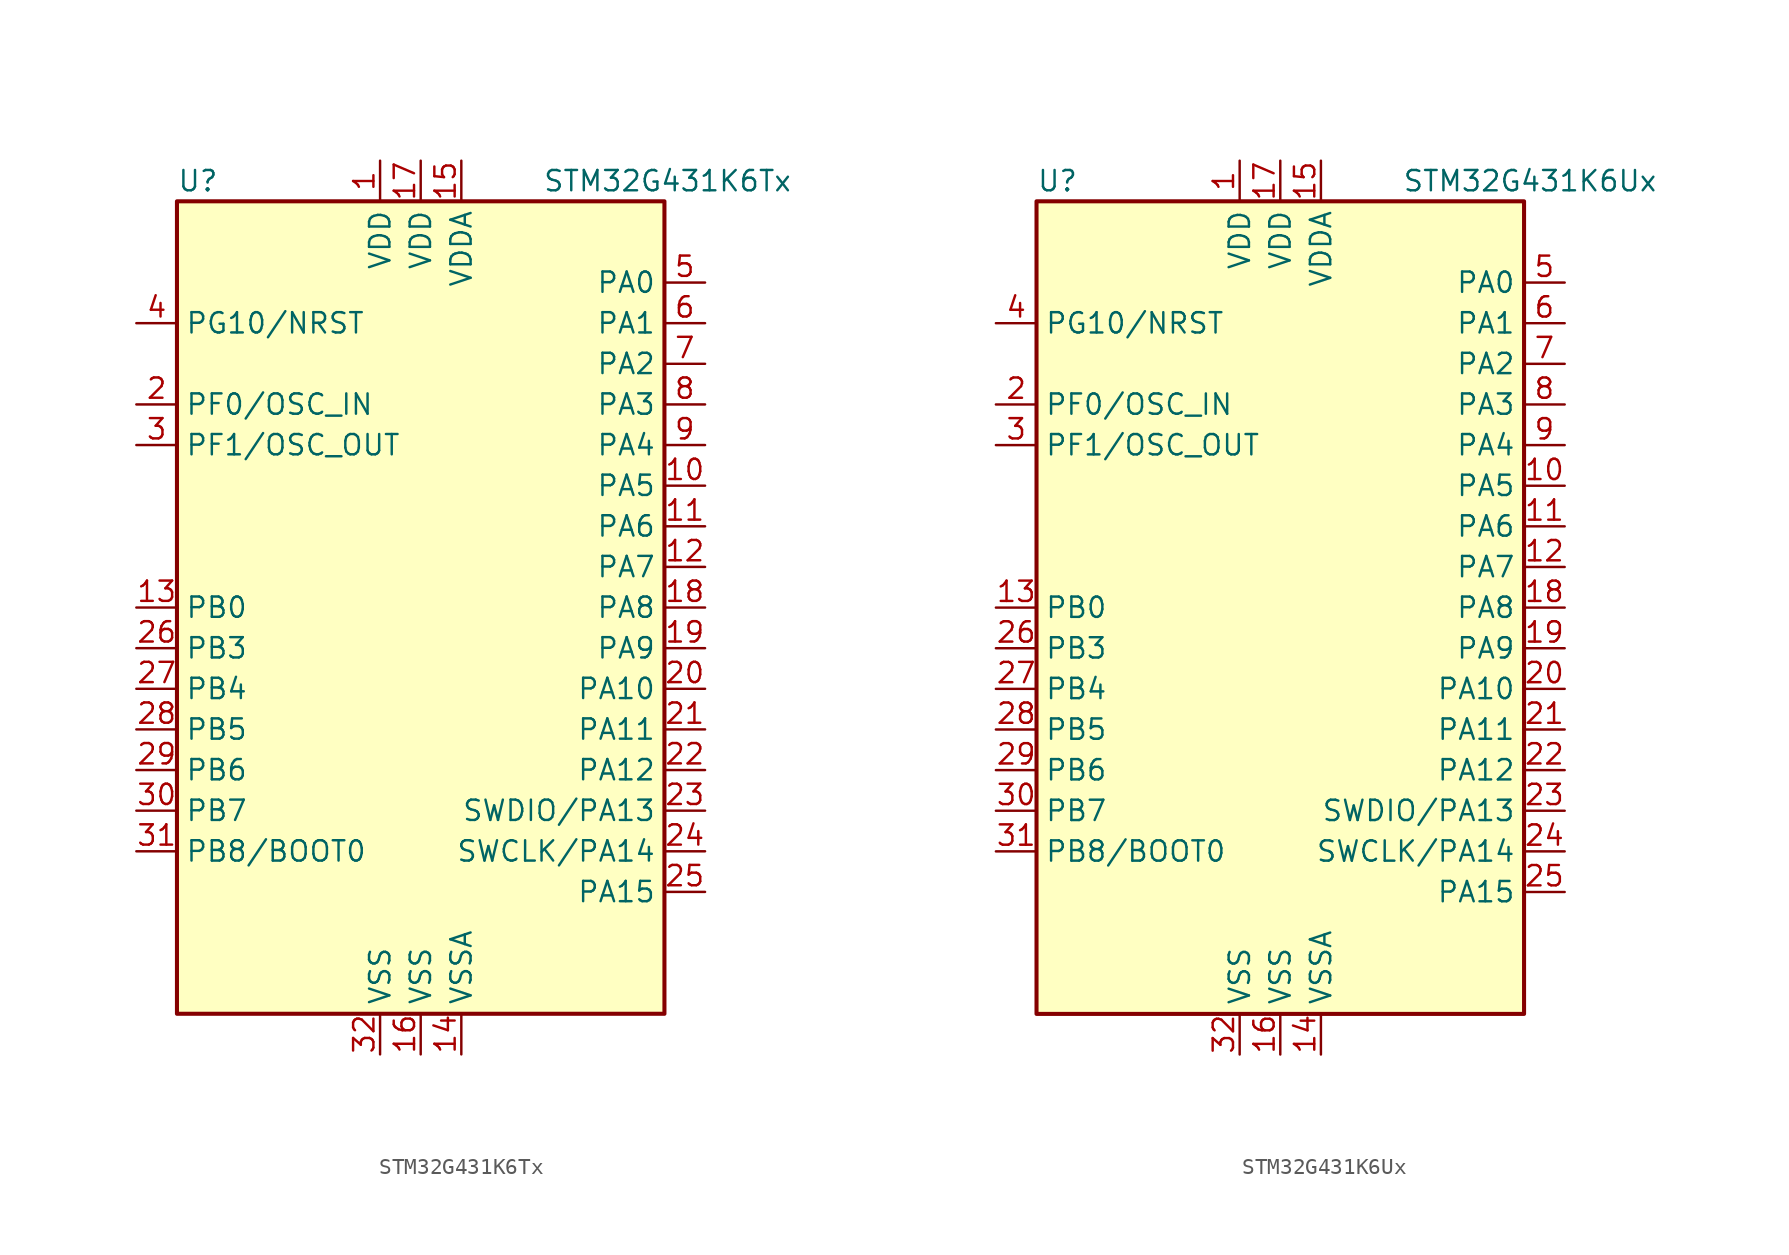
<source format=kicad_sym>
(kicad_symbol_lib
  (version 20211014)
  (generator kicad_symbol_editor)
  (symbol "STM32G431K6Tx"
    (property "Reference" "U"
      (at -15.24 26.67 0)
      (effects (font (size 1.27 1.27)) (justify left)))
    (property "Value" "STM32G431K6Tx"
      (at 7.62 26.67 0)
      (effects (font (size 1.27 1.27)) (justify left)))
    (symbol "STM32G431K6Tx_0_1"
      (rectangle (start -15.24 25.4) (end 15.24 -25.4) (stroke (width 0.254) (type default) (color 0 0 0 0)) (fill (type background))))
    (symbol "STM32G431K6Tx_1_1"
      (pin power_in line (at -2.54 27.94 270) (length 2.54) (name "VDD" (effects (font (size 1.27 1.27)))) (number "1" (effects (font (size 1.27 1.27)))))
      (pin bidirectional line (at 17.78 7.62 180) (length 2.54) (name "PA5" (effects (font (size 1.27 1.27)))) (number "10" (effects (font (size 1.27 1.27)))))
      (pin bidirectional line (at 17.78 5.08 180) (length 2.54) (name "PA6" (effects (font (size 1.27 1.27)))) (number "11" (effects (font (size 1.27 1.27)))))
      (pin bidirectional line (at 17.78 2.54 180) (length 2.54) (name "PA7" (effects (font (size 1.27 1.27)))) (number "12" (effects (font (size 1.27 1.27)))))
      (pin bidirectional line (at -17.78 0 0) (length 2.54) (name "PB0" (effects (font (size 1.27 1.27)))) (number "13" (effects (font (size 1.27 1.27)))))
      (pin power_in line (at 2.54 -27.94 90) (length 2.54) (name "VSSA" (effects (font (size 1.27 1.27)))) (number "14" (effects (font (size 1.27 1.27)))))
      (pin power_in line (at 2.54 27.94 270) (length 2.54) (name "VDDA" (effects (font (size 1.27 1.27)))) (number "15" (effects (font (size 1.27 1.27)))))
      (pin power_in line (at 0 -27.94 90) (length 2.54) (name "VSS" (effects (font (size 1.27 1.27)))) (number "16" (effects (font (size 1.27 1.27)))))
      (pin power_in line (at 0 27.94 270) (length 2.54) (name "VDD" (effects (font (size 1.27 1.27)))) (number "17" (effects (font (size 1.27 1.27)))))
      (pin bidirectional line (at 17.78 0 180) (length 2.54) (name "PA8" (effects (font (size 1.27 1.27)))) (number "18" (effects (font (size 1.27 1.27)))))
      (pin bidirectional line (at 17.78 -2.54 180) (length 2.54) (name "PA9" (effects (font (size 1.27 1.27)))) (number "19" (effects (font (size 1.27 1.27)))))
      (pin bidirectional line (at -17.78 12.7 0) (length 2.54) (name "PF0/OSC_IN" (effects (font (size 1.27 1.27)))) (number "2" (effects (font (size 1.27 1.27)))))
      (pin bidirectional line (at 17.78 -5.08 180) (length 2.54) (name "PA10" (effects (font (size 1.27 1.27)))) (number "20" (effects (font (size 1.27 1.27)))))
      (pin bidirectional line (at 17.78 -7.62 180) (length 2.54) (name "PA11" (effects (font (size 1.27 1.27)))) (number "21" (effects (font (size 1.27 1.27)))))
      (pin bidirectional line (at 17.78 -10.16 180) (length 2.54) (name "PA12" (effects (font (size 1.27 1.27)))) (number "22" (effects (font (size 1.27 1.27)))))
      (pin bidirectional line (at 17.78 -12.7 180) (length 2.54) (name "SWDIO/PA13" (effects (font (size 1.27 1.27)))) (number "23" (effects (font (size 1.27 1.27)))))
      (pin bidirectional line (at 17.78 -15.24 180) (length 2.54) (name "SWCLK/PA14" (effects (font (size 1.27 1.27)))) (number "24" (effects (font (size 1.27 1.27)))))
      (pin bidirectional line (at 17.78 -17.78 180) (length 2.54) (name "PA15" (effects (font (size 1.27 1.27)))) (number "25" (effects (font (size 1.27 1.27)))))
      (pin bidirectional line (at -17.78 -2.54 0) (length 2.54) (name "PB3" (effects (font (size 1.27 1.27)))) (number "26" (effects (font (size 1.27 1.27)))))
      (pin bidirectional line (at -17.78 -5.08 0) (length 2.54) (name "PB4" (effects (font (size 1.27 1.27)))) (number "27" (effects (font (size 1.27 1.27)))))
      (pin bidirectional line (at -17.78 -7.62 0) (length 2.54) (name "PB5" (effects (font (size 1.27 1.27)))) (number "28" (effects (font (size 1.27 1.27)))))
      (pin bidirectional line (at -17.78 -10.16 0) (length 2.54) (name "PB6" (effects (font (size 1.27 1.27)))) (number "29" (effects (font (size 1.27 1.27)))))
      (pin bidirectional line (at -17.78 10.16 0) (length 2.54) (name "PF1/OSC_OUT" (effects (font (size 1.27 1.27)))) (number "3" (effects (font (size 1.27 1.27)))))
      (pin bidirectional line (at -17.78 -12.7 0) (length 2.54) (name "PB7" (effects (font (size 1.27 1.27)))) (number "30" (effects (font (size 1.27 1.27)))))
      (pin bidirectional line (at -17.78 -15.24 0) (length 2.54) (name "PB8/BOOT0" (effects (font (size 1.27 1.27)))) (number "31" (effects (font (size 1.27 1.27)))))
      (pin power_in line (at -2.54 -27.94 90) (length 2.54) (name "VSS" (effects (font (size 1.27 1.27)))) (number "32" (effects (font (size 1.27 1.27)))))
      (pin bidirectional line (at -17.78 17.78 0) (length 2.54) (name "PG10/NRST" (effects (font (size 1.27 1.27)))) (number "4" (effects (font (size 1.27 1.27)))))
      (pin bidirectional line (at 17.78 20.32 180) (length 2.54) (name "PA0" (effects (font (size 1.27 1.27)))) (number "5" (effects (font (size 1.27 1.27)))))
      (pin bidirectional line (at 17.78 17.78 180) (length 2.54) (name "PA1" (effects (font (size 1.27 1.27)))) (number "6" (effects (font (size 1.27 1.27)))))
      (pin bidirectional line (at 17.78 15.24 180) (length 2.54) (name "PA2" (effects (font (size 1.27 1.27)))) (number "7" (effects (font (size 1.27 1.27)))))
      (pin bidirectional line (at 17.78 12.7 180) (length 2.54) (name "PA3" (effects (font (size 1.27 1.27)))) (number "8" (effects (font (size 1.27 1.27)))))
      (pin bidirectional line (at 17.78 10.16 180) (length 2.54) (name "PA4" (effects (font (size 1.27 1.27)))) (number "9" (effects (font (size 1.27 1.27)))))))
  (symbol "STM32G431K6Ux"
    (property "Reference" "U"
      (at -15.24 26.67 0)
      (effects (font (size 1.27 1.27)) (justify left)))
    (property "Value" "STM32G431K6Ux"
      (at 7.62 26.67 0)
      (effects (font (size 1.27 1.27)) (justify left)))
    (symbol "STM32G431K6Ux_0_1"
      (rectangle (start -15.24 25.4) (end 15.24 -25.4) (stroke (width 0.254) (type default) (color 0 0 0 0)) (fill (type background))))
    (symbol "STM32G431K6Ux_1_1"
      (pin power_in line (at -2.54 27.94 270) (length 2.54) (name "VDD" (effects (font (size 1.27 1.27)))) (number "1" (effects (font (size 1.27 1.27)))))
      (pin bidirectional line (at 17.78 7.62 180) (length 2.54) (name "PA5" (effects (font (size 1.27 1.27)))) (number "10" (effects (font (size 1.27 1.27)))))
      (pin bidirectional line (at 17.78 5.08 180) (length 2.54) (name "PA6" (effects (font (size 1.27 1.27)))) (number "11" (effects (font (size 1.27 1.27)))))
      (pin bidirectional line (at 17.78 2.54 180) (length 2.54) (name "PA7" (effects (font (size 1.27 1.27)))) (number "12" (effects (font (size 1.27 1.27)))))
      (pin bidirectional line (at -17.78 0 0) (length 2.54) (name "PB0" (effects (font (size 1.27 1.27)))) (number "13" (effects (font (size 1.27 1.27)))))
      (pin power_in line (at 2.54 -27.94 90) (length 2.54) (name "VSSA" (effects (font (size 1.27 1.27)))) (number "14" (effects (font (size 1.27 1.27)))))
      (pin power_in line (at 2.54 27.94 270) (length 2.54) (name "VDDA" (effects (font (size 1.27 1.27)))) (number "15" (effects (font (size 1.27 1.27)))))
      (pin power_in line (at 0 -27.94 90) (length 2.54) (name "VSS" (effects (font (size 1.27 1.27)))) (number "16" (effects (font (size 1.27 1.27)))))
      (pin power_in line (at 0 27.94 270) (length 2.54) (name "VDD" (effects (font (size 1.27 1.27)))) (number "17" (effects (font (size 1.27 1.27)))))
      (pin bidirectional line (at 17.78 0 180) (length 2.54) (name "PA8" (effects (font (size 1.27 1.27)))) (number "18" (effects (font (size 1.27 1.27)))))
      (pin bidirectional line (at 17.78 -2.54 180) (length 2.54) (name "PA9" (effects (font (size 1.27 1.27)))) (number "19" (effects (font (size 1.27 1.27)))))
      (pin bidirectional line (at -17.78 12.7 0) (length 2.54) (name "PF0/OSC_IN" (effects (font (size 1.27 1.27)))) (number "2" (effects (font (size 1.27 1.27)))))
      (pin bidirectional line (at 17.78 -5.08 180) (length 2.54) (name "PA10" (effects (font (size 1.27 1.27)))) (number "20" (effects (font (size 1.27 1.27)))))
      (pin bidirectional line (at 17.78 -7.62 180) (length 2.54) (name "PA11" (effects (font (size 1.27 1.27)))) (number "21" (effects (font (size 1.27 1.27)))))
      (pin bidirectional line (at 17.78 -10.16 180) (length 2.54) (name "PA12" (effects (font (size 1.27 1.27)))) (number "22" (effects (font (size 1.27 1.27)))))
      (pin bidirectional line (at 17.78 -12.7 180) (length 2.54) (name "SWDIO/PA13" (effects (font (size 1.27 1.27)))) (number "23" (effects (font (size 1.27 1.27)))))
      (pin bidirectional line (at 17.78 -15.24 180) (length 2.54) (name "SWCLK/PA14" (effects (font (size 1.27 1.27)))) (number "24" (effects (font (size 1.27 1.27)))))
      (pin bidirectional line (at 17.78 -17.78 180) (length 2.54) (name "PA15" (effects (font (size 1.27 1.27)))) (number "25" (effects (font (size 1.27 1.27)))))
      (pin bidirectional line (at -17.78 -2.54 0) (length 2.54) (name "PB3" (effects (font (size 1.27 1.27)))) (number "26" (effects (font (size 1.27 1.27)))))
      (pin bidirectional line (at -17.78 -5.08 0) (length 2.54) (name "PB4" (effects (font (size 1.27 1.27)))) (number "27" (effects (font (size 1.27 1.27)))))
      (pin bidirectional line (at -17.78 -7.62 0) (length 2.54) (name "PB5" (effects (font (size 1.27 1.27)))) (number "28" (effects (font (size 1.27 1.27)))))
      (pin bidirectional line (at -17.78 -10.16 0) (length 2.54) (name "PB6" (effects (font (size 1.27 1.27)))) (number "29" (effects (font (size 1.27 1.27)))))
      (pin bidirectional line (at -17.78 10.16 0) (length 2.54) (name "PF1/OSC_OUT" (effects (font (size 1.27 1.27)))) (number "3" (effects (font (size 1.27 1.27)))))
      (pin bidirectional line (at -17.78 -12.7 0) (length 2.54) (name "PB7" (effects (font (size 1.27 1.27)))) (number "30" (effects (font (size 1.27 1.27)))))
      (pin bidirectional line (at -17.78 -15.24 0) (length 2.54) (name "PB8/BOOT0" (effects (font (size 1.27 1.27)))) (number "31" (effects (font (size 1.27 1.27)))))
      (pin power_in line (at -2.54 -27.94 90) (length 2.54) (name "VSS" (effects (font (size 1.27 1.27)))) (number "32" (effects (font (size 1.27 1.27)))))
      (pin bidirectional line (at -17.78 17.78 0) (length 2.54) (name "PG10/NRST" (effects (font (size 1.27 1.27)))) (number "4" (effects (font (size 1.27 1.27)))))
      (pin bidirectional line (at 17.78 20.32 180) (length 2.54) (name "PA0" (effects (font (size 1.27 1.27)))) (number "5" (effects (font (size 1.27 1.27)))))
      (pin bidirectional line (at 17.78 17.78 180) (length 2.54) (name "PA1" (effects (font (size 1.27 1.27)))) (number "6" (effects (font (size 1.27 1.27)))))
      (pin bidirectional line (at 17.78 15.24 180) (length 2.54) (name "PA2" (effects (font (size 1.27 1.27)))) (number "7" (effects (font (size 1.27 1.27)))))
      (pin bidirectional line (at 17.78 12.7 180) (length 2.54) (name "PA3" (effects (font (size 1.27 1.27)))) (number "8" (effects (font (size 1.27 1.27)))))
      (pin bidirectional line (at 17.78 10.16 180) (length 2.54) (name "PA4" (effects (font (size 1.27 1.27)))) (number "9" (effects (font (size 1.27 1.27))))))))
</source>
